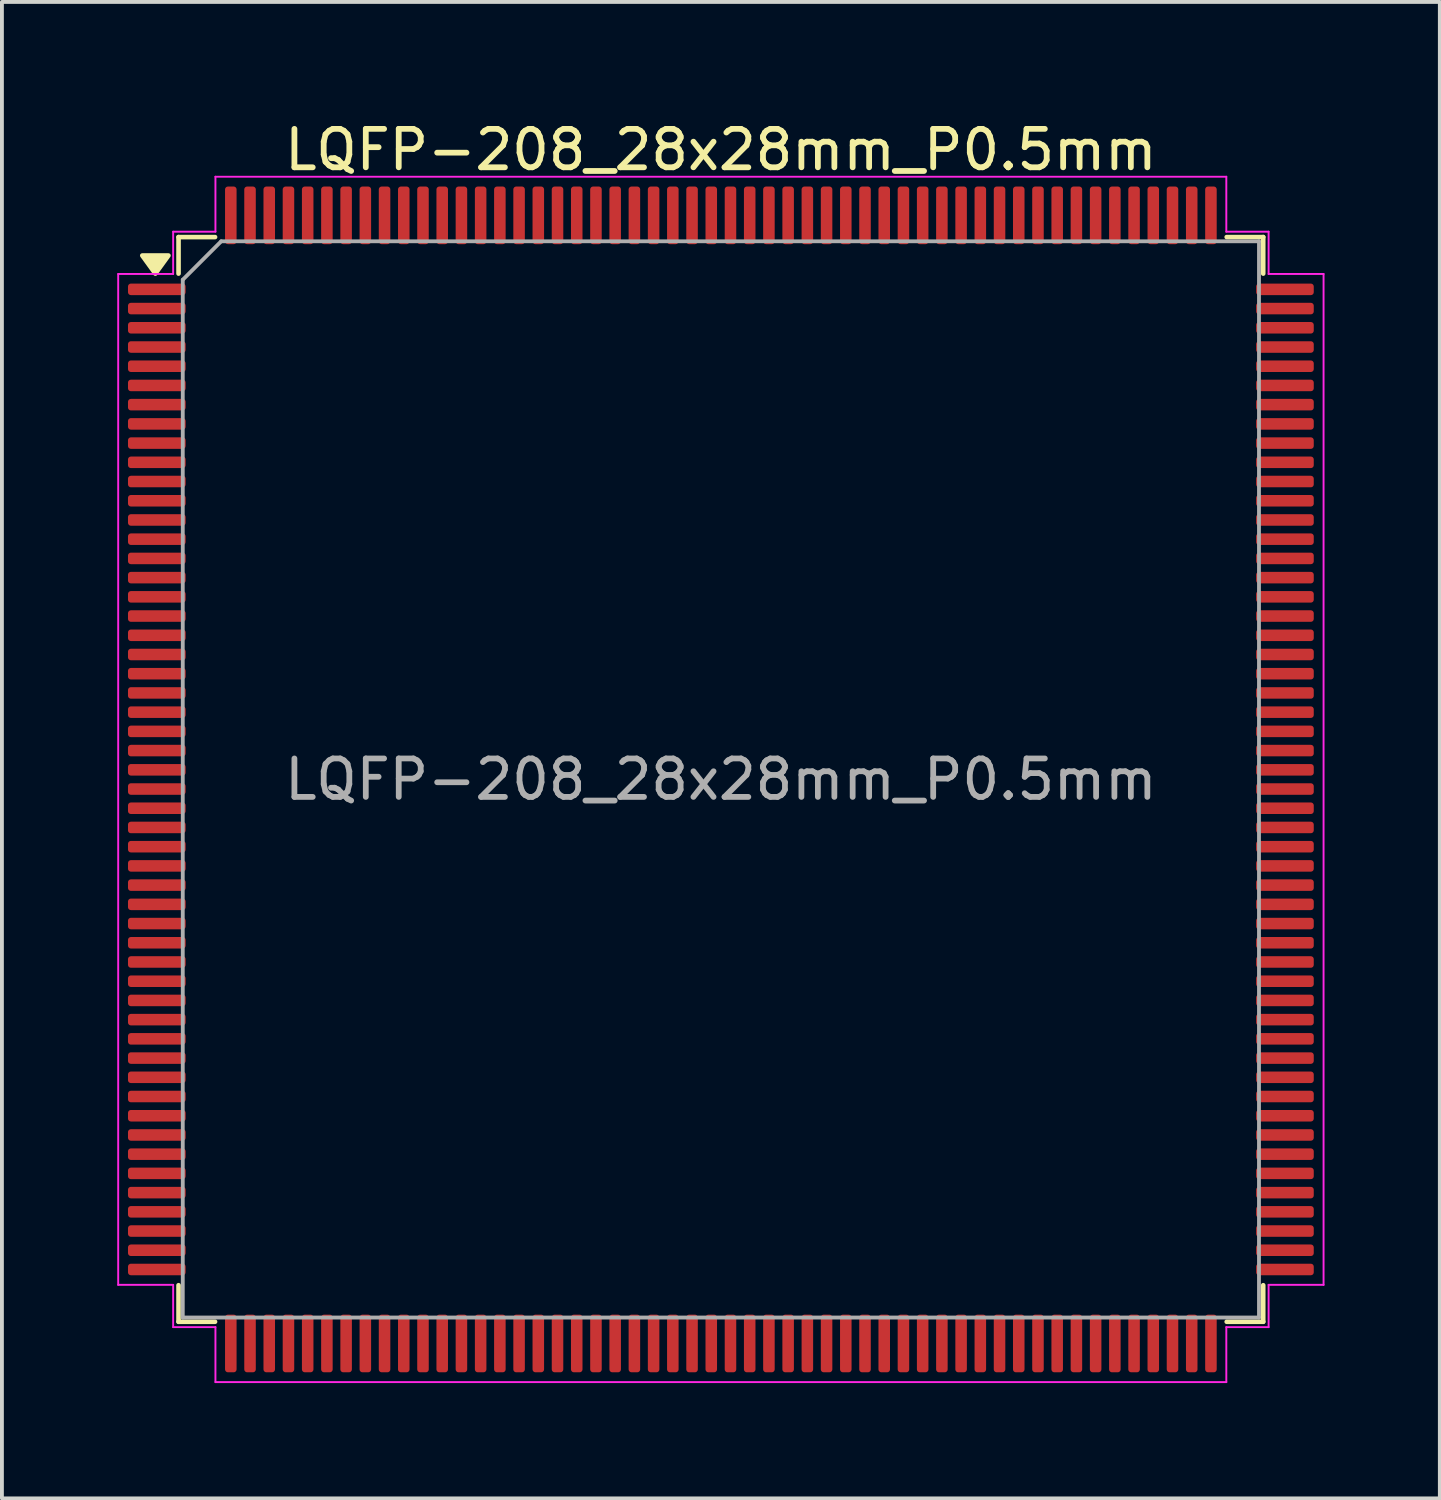
<source format=kicad_pcb>
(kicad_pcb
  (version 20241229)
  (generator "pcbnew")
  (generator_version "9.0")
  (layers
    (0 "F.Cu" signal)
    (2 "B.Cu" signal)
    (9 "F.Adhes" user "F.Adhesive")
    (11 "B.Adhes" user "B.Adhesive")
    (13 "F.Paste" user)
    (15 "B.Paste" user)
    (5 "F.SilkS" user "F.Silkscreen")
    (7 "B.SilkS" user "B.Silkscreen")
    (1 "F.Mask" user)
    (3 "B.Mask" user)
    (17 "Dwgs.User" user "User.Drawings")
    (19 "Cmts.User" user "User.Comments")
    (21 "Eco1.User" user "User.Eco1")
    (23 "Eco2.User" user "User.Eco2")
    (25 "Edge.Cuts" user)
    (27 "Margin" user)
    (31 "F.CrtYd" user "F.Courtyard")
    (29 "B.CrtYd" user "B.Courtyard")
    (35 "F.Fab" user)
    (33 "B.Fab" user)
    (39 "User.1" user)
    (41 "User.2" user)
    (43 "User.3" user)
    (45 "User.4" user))
  (footprint "LQFP-208_28x28mm_P0.5mm"
    (layer "F.Cu")
    (at 15.705 17.228)
    (property "Reference" "LQFP-208_28x28mm_P0.5mm" (at 0 -16.38 0) (layer "F.SilkS") (effects (font (size 1 1) (thickness 0.15))))
    (attr smd)
    (fp_line (start -14.11 -14.11) (end -14.11 -13.16) (stroke (width 0.12) (type solid)) (layer "F.SilkS"))
    (fp_line (start -14.11 14.11) (end -14.11 13.16) (stroke (width 0.12) (type solid)) (layer "F.SilkS"))
    (fp_line (start -13.16 -14.11) (end -14.11 -14.11) (stroke (width 0.12) (type solid)) (layer "F.SilkS"))
    (fp_line (start -13.16 14.11) (end -14.11 14.11) (stroke (width 0.12) (type solid)) (layer "F.SilkS"))
    (fp_line (start 13.16 -14.11) (end 14.11 -14.11) (stroke (width 0.12) (type solid)) (layer "F.SilkS"))
    (fp_line (start 13.16 14.11) (end 14.11 14.11) (stroke (width 0.12) (type solid)) (layer "F.SilkS"))
    (fp_line (start 14.11 -14.11) (end 14.11 -13.16) (stroke (width 0.12) (type solid)) (layer "F.SilkS"))
    (fp_line (start 14.11 14.11) (end 14.11 13.16) (stroke (width 0.12) (type solid)) (layer "F.SilkS"))
    (fp_poly (pts (xy -14.713 -13.16) (xy -15.053 -13.63) (xy -14.373 -13.63)) (stroke (width 0.12) (type solid)) (fill yes) (layer "F.SilkS"))
    (fp_line (start -15.68 -13.15) (end -14.25 -13.15) (stroke (width 0.05) (type solid)) (layer "F.CrtYd"))
    (fp_line (start -15.68 13.15) (end -15.68 -13.15) (stroke (width 0.05) (type solid)) (layer "F.CrtYd"))
    (fp_line (start -14.25 -14.25) (end -13.15 -14.25) (stroke (width 0.05) (type solid)) (layer "F.CrtYd"))
    (fp_line (start -14.25 -13.15) (end -14.25 -14.25) (stroke (width 0.05) (type solid)) (layer "F.CrtYd"))
    (fp_line (start -14.25 13.15) (end -15.68 13.15) (stroke (width 0.05) (type solid)) (layer "F.CrtYd"))
    (fp_line (start -14.25 14.25) (end -14.25 13.15) (stroke (width 0.05) (type solid)) (layer "F.CrtYd"))
    (fp_line (start -13.15 -15.68) (end 13.15 -15.68) (stroke (width 0.05) (type solid)) (layer "F.CrtYd"))
    (fp_line (start -13.15 -14.25) (end -13.15 -15.68) (stroke (width 0.05) (type solid)) (layer "F.CrtYd"))
    (fp_line (start -13.15 14.25) (end -14.25 14.25) (stroke (width 0.05) (type solid)) (layer "F.CrtYd"))
    (fp_line (start -13.15 15.68) (end -13.15 14.25) (stroke (width 0.05) (type solid)) (layer "F.CrtYd"))
    (fp_line (start 13.15 -15.68) (end 13.15 -14.25) (stroke (width 0.05) (type solid)) (layer "F.CrtYd"))
    (fp_line (start 13.15 -14.25) (end 14.25 -14.25) (stroke (width 0.05) (type solid)) (layer "F.CrtYd"))
    (fp_line (start 13.15 14.25) (end 13.15 15.68) (stroke (width 0.05) (type solid)) (layer "F.CrtYd"))
    (fp_line (start 13.15 15.68) (end -13.15 15.68) (stroke (width 0.05) (type solid)) (layer "F.CrtYd"))
    (fp_line (start 14.25 -14.25) (end 14.25 -13.15) (stroke (width 0.05) (type solid)) (layer "F.CrtYd"))
    (fp_line (start 14.25 -13.15) (end 15.68 -13.15) (stroke (width 0.05) (type solid)) (layer "F.CrtYd"))
    (fp_line (start 14.25 13.15) (end 14.25 14.25) (stroke (width 0.05) (type solid)) (layer "F.CrtYd"))
    (fp_line (start 14.25 14.25) (end 13.15 14.25) (stroke (width 0.05) (type solid)) (layer "F.CrtYd"))
    (fp_line (start 15.68 -13.15) (end 15.68 13.15) (stroke (width 0.05) (type solid)) (layer "F.CrtYd"))
    (fp_line (start 15.68 13.15) (end 14.25 13.15) (stroke (width 0.05) (type solid)) (layer "F.CrtYd"))
    (fp_line (start -14 -13) (end -13 -14) (stroke (width 0.1) (type solid)) (layer "F.Fab"))
    (fp_line (start -14 14) (end -14 -13) (stroke (width 0.1) (type solid)) (layer "F.Fab"))
    (fp_line (start -13 -14) (end 14 -14) (stroke (width 0.1) (type solid)) (layer "F.Fab"))
    (fp_line (start 14 -14) (end 14 14) (stroke (width 0.1) (type solid)) (layer "F.Fab"))
    (fp_line (start 14 14) (end -14 14) (stroke (width 0.1) (type solid)) (layer "F.Fab"))
    (fp_text user "${REFERENCE}" (at 0 0 0) (layer "F.Fab") (effects (font (size 1 1) (thickness 0.15))))
    (pad "1" smd roundrect (at -14.675 -12.75) (size 1.5 0.3) (layers "F.Cu" "F.Mask" "F.Paste") (roundrect_rratio 0.25))
    (pad "2" smd roundrect (at -14.675 -12.25) (size 1.5 0.3) (layers "F.Cu" "F.Mask" "F.Paste") (roundrect_rratio 0.25))
    (pad "3" smd roundrect (at -14.675 -11.75) (size 1.5 0.3) (layers "F.Cu" "F.Mask" "F.Paste") (roundrect_rratio 0.25))
    (pad "4" smd roundrect (at -14.675 -11.25) (size 1.5 0.3) (layers "F.Cu" "F.Mask" "F.Paste") (roundrect_rratio 0.25))
    (pad "5" smd roundrect (at -14.675 -10.75) (size 1.5 0.3) (layers "F.Cu" "F.Mask" "F.Paste") (roundrect_rratio 0.25))
    (pad "6" smd roundrect (at -14.675 -10.25) (size 1.5 0.3) (layers "F.Cu" "F.Mask" "F.Paste") (roundrect_rratio 0.25))
    (pad "7" smd roundrect (at -14.675 -9.75) (size 1.5 0.3) (layers "F.Cu" "F.Mask" "F.Paste") (roundrect_rratio 0.25))
    (pad "8" smd roundrect (at -14.675 -9.25) (size 1.5 0.3) (layers "F.Cu" "F.Mask" "F.Paste") (roundrect_rratio 0.25))
    (pad "9" smd roundrect (at -14.675 -8.75) (size 1.5 0.3) (layers "F.Cu" "F.Mask" "F.Paste") (roundrect_rratio 0.25))
    (pad "10" smd roundrect (at -14.675 -8.25) (size 1.5 0.3) (layers "F.Cu" "F.Mask" "F.Paste") (roundrect_rratio 0.25))
    (pad "11" smd roundrect (at -14.675 -7.75) (size 1.5 0.3) (layers "F.Cu" "F.Mask" "F.Paste") (roundrect_rratio 0.25))
    (pad "12" smd roundrect (at -14.675 -7.25) (size 1.5 0.3) (layers "F.Cu" "F.Mask" "F.Paste") (roundrect_rratio 0.25))
    (pad "13" smd roundrect (at -14.675 -6.75) (size 1.5 0.3) (layers "F.Cu" "F.Mask" "F.Paste") (roundrect_rratio 0.25))
    (pad "14" smd roundrect (at -14.675 -6.25) (size 1.5 0.3) (layers "F.Cu" "F.Mask" "F.Paste") (roundrect_rratio 0.25))
    (pad "15" smd roundrect (at -14.675 -5.75) (size 1.5 0.3) (layers "F.Cu" "F.Mask" "F.Paste") (roundrect_rratio 0.25))
    (pad "16" smd roundrect (at -14.675 -5.25) (size 1.5 0.3) (layers "F.Cu" "F.Mask" "F.Paste") (roundrect_rratio 0.25))
    (pad "17" smd roundrect (at -14.675 -4.75) (size 1.5 0.3) (layers "F.Cu" "F.Mask" "F.Paste") (roundrect_rratio 0.25))
    (pad "18" smd roundrect (at -14.675 -4.25) (size 1.5 0.3) (layers "F.Cu" "F.Mask" "F.Paste") (roundrect_rratio 0.25))
    (pad "19" smd roundrect (at -14.675 -3.75) (size 1.5 0.3) (layers "F.Cu" "F.Mask" "F.Paste") (roundrect_rratio 0.25))
    (pad "20" smd roundrect (at -14.675 -3.25) (size 1.5 0.3) (layers "F.Cu" "F.Mask" "F.Paste") (roundrect_rratio 0.25))
    (pad "21" smd roundrect (at -14.675 -2.75) (size 1.5 0.3) (layers "F.Cu" "F.Mask" "F.Paste") (roundrect_rratio 0.25))
    (pad "22" smd roundrect (at -14.675 -2.25) (size 1.5 0.3) (layers "F.Cu" "F.Mask" "F.Paste") (roundrect_rratio 0.25))
    (pad "23" smd roundrect (at -14.675 -1.75) (size 1.5 0.3) (layers "F.Cu" "F.Mask" "F.Paste") (roundrect_rratio 0.25))
    (pad "24" smd roundrect (at -14.675 -1.25) (size 1.5 0.3) (layers "F.Cu" "F.Mask" "F.Paste") (roundrect_rratio 0.25))
    (pad "25" smd roundrect (at -14.675 -0.75) (size 1.5 0.3) (layers "F.Cu" "F.Mask" "F.Paste") (roundrect_rratio 0.25))
    (pad "26" smd roundrect (at -14.675 -0.25) (size 1.5 0.3) (layers "F.Cu" "F.Mask" "F.Paste") (roundrect_rratio 0.25))
    (pad "27" smd roundrect (at -14.675 0.25) (size 1.5 0.3) (layers "F.Cu" "F.Mask" "F.Paste") (roundrect_rratio 0.25))
    (pad "28" smd roundrect (at -14.675 0.75) (size 1.5 0.3) (layers "F.Cu" "F.Mask" "F.Paste") (roundrect_rratio 0.25))
    (pad "29" smd roundrect (at -14.675 1.25) (size 1.5 0.3) (layers "F.Cu" "F.Mask" "F.Paste") (roundrect_rratio 0.25))
    (pad "30" smd roundrect (at -14.675 1.75) (size 1.5 0.3) (layers "F.Cu" "F.Mask" "F.Paste") (roundrect_rratio 0.25))
    (pad "31" smd roundrect (at -14.675 2.25) (size 1.5 0.3) (layers "F.Cu" "F.Mask" "F.Paste") (roundrect_rratio 0.25))
    (pad "32" smd roundrect (at -14.675 2.75) (size 1.5 0.3) (layers "F.Cu" "F.Mask" "F.Paste") (roundrect_rratio 0.25))
    (pad "33" smd roundrect (at -14.675 3.25) (size 1.5 0.3) (layers "F.Cu" "F.Mask" "F.Paste") (roundrect_rratio 0.25))
    (pad "34" smd roundrect (at -14.675 3.75) (size 1.5 0.3) (layers "F.Cu" "F.Mask" "F.Paste") (roundrect_rratio 0.25))
    (pad "35" smd roundrect (at -14.675 4.25) (size 1.5 0.3) (layers "F.Cu" "F.Mask" "F.Paste") (roundrect_rratio 0.25))
    (pad "36" smd roundrect (at -14.675 4.75) (size 1.5 0.3) (layers "F.Cu" "F.Mask" "F.Paste") (roundrect_rratio 0.25))
    (pad "37" smd roundrect (at -14.675 5.25) (size 1.5 0.3) (layers "F.Cu" "F.Mask" "F.Paste") (roundrect_rratio 0.25))
    (pad "38" smd roundrect (at -14.675 5.75) (size 1.5 0.3) (layers "F.Cu" "F.Mask" "F.Paste") (roundrect_rratio 0.25))
    (pad "39" smd roundrect (at -14.675 6.25) (size 1.5 0.3) (layers "F.Cu" "F.Mask" "F.Paste") (roundrect_rratio 0.25))
    (pad "40" smd roundrect (at -14.675 6.75) (size 1.5 0.3) (layers "F.Cu" "F.Mask" "F.Paste") (roundrect_rratio 0.25))
    (pad "41" smd roundrect (at -14.675 7.25) (size 1.5 0.3) (layers "F.Cu" "F.Mask" "F.Paste") (roundrect_rratio 0.25))
    (pad "42" smd roundrect (at -14.675 7.75) (size 1.5 0.3) (layers "F.Cu" "F.Mask" "F.Paste") (roundrect_rratio 0.25))
    (pad "43" smd roundrect (at -14.675 8.25) (size 1.5 0.3) (layers "F.Cu" "F.Mask" "F.Paste") (roundrect_rratio 0.25))
    (pad "44" smd roundrect (at -14.675 8.75) (size 1.5 0.3) (layers "F.Cu" "F.Mask" "F.Paste") (roundrect_rratio 0.25))
    (pad "45" smd roundrect (at -14.675 9.25) (size 1.5 0.3) (layers "F.Cu" "F.Mask" "F.Paste") (roundrect_rratio 0.25))
    (pad "46" smd roundrect (at -14.675 9.75) (size 1.5 0.3) (layers "F.Cu" "F.Mask" "F.Paste") (roundrect_rratio 0.25))
    (pad "47" smd roundrect (at -14.675 10.25) (size 1.5 0.3) (layers "F.Cu" "F.Mask" "F.Paste") (roundrect_rratio 0.25))
    (pad "48" smd roundrect (at -14.675 10.75) (size 1.5 0.3) (layers "F.Cu" "F.Mask" "F.Paste") (roundrect_rratio 0.25))
    (pad "49" smd roundrect (at -14.675 11.25) (size 1.5 0.3) (layers "F.Cu" "F.Mask" "F.Paste") (roundrect_rratio 0.25))
    (pad "50" smd roundrect (at -14.675 11.75) (size 1.5 0.3) (layers "F.Cu" "F.Mask" "F.Paste") (roundrect_rratio 0.25))
    (pad "51" smd roundrect (at -14.675 12.25) (size 1.5 0.3) (layers "F.Cu" "F.Mask" "F.Paste") (roundrect_rratio 0.25))
    (pad "52" smd roundrect (at -14.675 12.75) (size 1.5 0.3) (layers "F.Cu" "F.Mask" "F.Paste") (roundrect_rratio 0.25))
    (pad "53" smd roundrect (at -12.75 14.675) (size 0.3 1.5) (layers "F.Cu" "F.Mask" "F.Paste") (roundrect_rratio 0.25))
    (pad "54" smd roundrect (at -12.25 14.675) (size 0.3 1.5) (layers "F.Cu" "F.Mask" "F.Paste") (roundrect_rratio 0.25))
    (pad "55" smd roundrect (at -11.75 14.675) (size 0.3 1.5) (layers "F.Cu" "F.Mask" "F.Paste") (roundrect_rratio 0.25))
    (pad "56" smd roundrect (at -11.25 14.675) (size 0.3 1.5) (layers "F.Cu" "F.Mask" "F.Paste") (roundrect_rratio 0.25))
    (pad "57" smd roundrect (at -10.75 14.675) (size 0.3 1.5) (layers "F.Cu" "F.Mask" "F.Paste") (roundrect_rratio 0.25))
    (pad "58" smd roundrect (at -10.25 14.675) (size 0.3 1.5) (layers "F.Cu" "F.Mask" "F.Paste") (roundrect_rratio 0.25))
    (pad "59" smd roundrect (at -9.75 14.675) (size 0.3 1.5) (layers "F.Cu" "F.Mask" "F.Paste") (roundrect_rratio 0.25))
    (pad "60" smd roundrect (at -9.25 14.675) (size 0.3 1.5) (layers "F.Cu" "F.Mask" "F.Paste") (roundrect_rratio 0.25))
    (pad "61" smd roundrect (at -8.75 14.675) (size 0.3 1.5) (layers "F.Cu" "F.Mask" "F.Paste") (roundrect_rratio 0.25))
    (pad "62" smd roundrect (at -8.25 14.675) (size 0.3 1.5) (layers "F.Cu" "F.Mask" "F.Paste") (roundrect_rratio 0.25))
    (pad "63" smd roundrect (at -7.75 14.675) (size 0.3 1.5) (layers "F.Cu" "F.Mask" "F.Paste") (roundrect_rratio 0.25))
    (pad "64" smd roundrect (at -7.25 14.675) (size 0.3 1.5) (layers "F.Cu" "F.Mask" "F.Paste") (roundrect_rratio 0.25))
    (pad "65" smd roundrect (at -6.75 14.675) (size 0.3 1.5) (layers "F.Cu" "F.Mask" "F.Paste") (roundrect_rratio 0.25))
    (pad "66" smd roundrect (at -6.25 14.675) (size 0.3 1.5) (layers "F.Cu" "F.Mask" "F.Paste") (roundrect_rratio 0.25))
    (pad "67" smd roundrect (at -5.75 14.675) (size 0.3 1.5) (layers "F.Cu" "F.Mask" "F.Paste") (roundrect_rratio 0.25))
    (pad "68" smd roundrect (at -5.25 14.675) (size 0.3 1.5) (layers "F.Cu" "F.Mask" "F.Paste") (roundrect_rratio 0.25))
    (pad "69" smd roundrect (at -4.75 14.675) (size 0.3 1.5) (layers "F.Cu" "F.Mask" "F.Paste") (roundrect_rratio 0.25))
    (pad "70" smd roundrect (at -4.25 14.675) (size 0.3 1.5) (layers "F.Cu" "F.Mask" "F.Paste") (roundrect_rratio 0.25))
    (pad "71" smd roundrect (at -3.75 14.675) (size 0.3 1.5) (layers "F.Cu" "F.Mask" "F.Paste") (roundrect_rratio 0.25))
    (pad "72" smd roundrect (at -3.25 14.675) (size 0.3 1.5) (layers "F.Cu" "F.Mask" "F.Paste") (roundrect_rratio 0.25))
    (pad "73" smd roundrect (at -2.75 14.675) (size 0.3 1.5) (layers "F.Cu" "F.Mask" "F.Paste") (roundrect_rratio 0.25))
    (pad "74" smd roundrect (at -2.25 14.675) (size 0.3 1.5) (layers "F.Cu" "F.Mask" "F.Paste") (roundrect_rratio 0.25))
    (pad "75" smd roundrect (at -1.75 14.675) (size 0.3 1.5) (layers "F.Cu" "F.Mask" "F.Paste") (roundrect_rratio 0.25))
    (pad "76" smd roundrect (at -1.25 14.675) (size 0.3 1.5) (layers "F.Cu" "F.Mask" "F.Paste") (roundrect_rratio 0.25))
    (pad "77" smd roundrect (at -0.75 14.675) (size 0.3 1.5) (layers "F.Cu" "F.Mask" "F.Paste") (roundrect_rratio 0.25))
    (pad "78" smd roundrect (at -0.25 14.675) (size 0.3 1.5) (layers "F.Cu" "F.Mask" "F.Paste") (roundrect_rratio 0.25))
    (pad "79" smd roundrect (at 0.25 14.675) (size 0.3 1.5) (layers "F.Cu" "F.Mask" "F.Paste") (roundrect_rratio 0.25))
    (pad "80" smd roundrect (at 0.75 14.675) (size 0.3 1.5) (layers "F.Cu" "F.Mask" "F.Paste") (roundrect_rratio 0.25))
    (pad "81" smd roundrect (at 1.25 14.675) (size 0.3 1.5) (layers "F.Cu" "F.Mask" "F.Paste") (roundrect_rratio 0.25))
    (pad "82" smd roundrect (at 1.75 14.675) (size 0.3 1.5) (layers "F.Cu" "F.Mask" "F.Paste") (roundrect_rratio 0.25))
    (pad "83" smd roundrect (at 2.25 14.675) (size 0.3 1.5) (layers "F.Cu" "F.Mask" "F.Paste") (roundrect_rratio 0.25))
    (pad "84" smd roundrect (at 2.75 14.675) (size 0.3 1.5) (layers "F.Cu" "F.Mask" "F.Paste") (roundrect_rratio 0.25))
    (pad "85" smd roundrect (at 3.25 14.675) (size 0.3 1.5) (layers "F.Cu" "F.Mask" "F.Paste") (roundrect_rratio 0.25))
    (pad "86" smd roundrect (at 3.75 14.675) (size 0.3 1.5) (layers "F.Cu" "F.Mask" "F.Paste") (roundrect_rratio 0.25))
    (pad "87" smd roundrect (at 4.25 14.675) (size 0.3 1.5) (layers "F.Cu" "F.Mask" "F.Paste") (roundrect_rratio 0.25))
    (pad "88" smd roundrect (at 4.75 14.675) (size 0.3 1.5) (layers "F.Cu" "F.Mask" "F.Paste") (roundrect_rratio 0.25))
    (pad "89" smd roundrect (at 5.25 14.675) (size 0.3 1.5) (layers "F.Cu" "F.Mask" "F.Paste") (roundrect_rratio 0.25))
    (pad "90" smd roundrect (at 5.75 14.675) (size 0.3 1.5) (layers "F.Cu" "F.Mask" "F.Paste") (roundrect_rratio 0.25))
    (pad "91" smd roundrect (at 6.25 14.675) (size 0.3 1.5) (layers "F.Cu" "F.Mask" "F.Paste") (roundrect_rratio 0.25))
    (pad "92" smd roundrect (at 6.75 14.675) (size 0.3 1.5) (layers "F.Cu" "F.Mask" "F.Paste") (roundrect_rratio 0.25))
    (pad "93" smd roundrect (at 7.25 14.675) (size 0.3 1.5) (layers "F.Cu" "F.Mask" "F.Paste") (roundrect_rratio 0.25))
    (pad "94" smd roundrect (at 7.75 14.675) (size 0.3 1.5) (layers "F.Cu" "F.Mask" "F.Paste") (roundrect_rratio 0.25))
    (pad "95" smd roundrect (at 8.25 14.675) (size 0.3 1.5) (layers "F.Cu" "F.Mask" "F.Paste") (roundrect_rratio 0.25))
    (pad "96" smd roundrect (at 8.75 14.675) (size 0.3 1.5) (layers "F.Cu" "F.Mask" "F.Paste") (roundrect_rratio 0.25))
    (pad "97" smd roundrect (at 9.25 14.675) (size 0.3 1.5) (layers "F.Cu" "F.Mask" "F.Paste") (roundrect_rratio 0.25))
    (pad "98" smd roundrect (at 9.75 14.675) (size 0.3 1.5) (layers "F.Cu" "F.Mask" "F.Paste") (roundrect_rratio 0.25))
    (pad "99" smd roundrect (at 10.25 14.675) (size 0.3 1.5) (layers "F.Cu" "F.Mask" "F.Paste") (roundrect_rratio 0.25))
    (pad "100" smd roundrect (at 10.75 14.675) (size 0.3 1.5) (layers "F.Cu" "F.Mask" "F.Paste") (roundrect_rratio 0.25))
    (pad "101" smd roundrect (at 11.25 14.675) (size 0.3 1.5) (layers "F.Cu" "F.Mask" "F.Paste") (roundrect_rratio 0.25))
    (pad "102" smd roundrect (at 11.75 14.675) (size 0.3 1.5) (layers "F.Cu" "F.Mask" "F.Paste") (roundrect_rratio 0.25))
    (pad "103" smd roundrect (at 12.25 14.675) (size 0.3 1.5) (layers "F.Cu" "F.Mask" "F.Paste") (roundrect_rratio 0.25))
    (pad "104" smd roundrect (at 12.75 14.675) (size 0.3 1.5) (layers "F.Cu" "F.Mask" "F.Paste") (roundrect_rratio 0.25))
    (pad "105" smd roundrect (at 14.675 12.75) (size 1.5 0.3) (layers "F.Cu" "F.Mask" "F.Paste") (roundrect_rratio 0.25))
    (pad "106" smd roundrect (at 14.675 12.25) (size 1.5 0.3) (layers "F.Cu" "F.Mask" "F.Paste") (roundrect_rratio 0.25))
    (pad "107" smd roundrect (at 14.675 11.75) (size 1.5 0.3) (layers "F.Cu" "F.Mask" "F.Paste") (roundrect_rratio 0.25))
    (pad "108" smd roundrect (at 14.675 11.25) (size 1.5 0.3) (layers "F.Cu" "F.Mask" "F.Paste") (roundrect_rratio 0.25))
    (pad "109" smd roundrect (at 14.675 10.75) (size 1.5 0.3) (layers "F.Cu" "F.Mask" "F.Paste") (roundrect_rratio 0.25))
    (pad "110" smd roundrect (at 14.675 10.25) (size 1.5 0.3) (layers "F.Cu" "F.Mask" "F.Paste") (roundrect_rratio 0.25))
    (pad "111" smd roundrect (at 14.675 9.75) (size 1.5 0.3) (layers "F.Cu" "F.Mask" "F.Paste") (roundrect_rratio 0.25))
    (pad "112" smd roundrect (at 14.675 9.25) (size 1.5 0.3) (layers "F.Cu" "F.Mask" "F.Paste") (roundrect_rratio 0.25))
    (pad "113" smd roundrect (at 14.675 8.75) (size 1.5 0.3) (layers "F.Cu" "F.Mask" "F.Paste") (roundrect_rratio 0.25))
    (pad "114" smd roundrect (at 14.675 8.25) (size 1.5 0.3) (layers "F.Cu" "F.Mask" "F.Paste") (roundrect_rratio 0.25))
    (pad "115" smd roundrect (at 14.675 7.75) (size 1.5 0.3) (layers "F.Cu" "F.Mask" "F.Paste") (roundrect_rratio 0.25))
    (pad "116" smd roundrect (at 14.675 7.25) (size 1.5 0.3) (layers "F.Cu" "F.Mask" "F.Paste") (roundrect_rratio 0.25))
    (pad "117" smd roundrect (at 14.675 6.75) (size 1.5 0.3) (layers "F.Cu" "F.Mask" "F.Paste") (roundrect_rratio 0.25))
    (pad "118" smd roundrect (at 14.675 6.25) (size 1.5 0.3) (layers "F.Cu" "F.Mask" "F.Paste") (roundrect_rratio 0.25))
    (pad "119" smd roundrect (at 14.675 5.75) (size 1.5 0.3) (layers "F.Cu" "F.Mask" "F.Paste") (roundrect_rratio 0.25))
    (pad "120" smd roundrect (at 14.675 5.25) (size 1.5 0.3) (layers "F.Cu" "F.Mask" "F.Paste") (roundrect_rratio 0.25))
    (pad "121" smd roundrect (at 14.675 4.75) (size 1.5 0.3) (layers "F.Cu" "F.Mask" "F.Paste") (roundrect_rratio 0.25))
    (pad "122" smd roundrect (at 14.675 4.25) (size 1.5 0.3) (layers "F.Cu" "F.Mask" "F.Paste") (roundrect_rratio 0.25))
    (pad "123" smd roundrect (at 14.675 3.75) (size 1.5 0.3) (layers "F.Cu" "F.Mask" "F.Paste") (roundrect_rratio 0.25))
    (pad "124" smd roundrect (at 14.675 3.25) (size 1.5 0.3) (layers "F.Cu" "F.Mask" "F.Paste") (roundrect_rratio 0.25))
    (pad "125" smd roundrect (at 14.675 2.75) (size 1.5 0.3) (layers "F.Cu" "F.Mask" "F.Paste") (roundrect_rratio 0.25))
    (pad "126" smd roundrect (at 14.675 2.25) (size 1.5 0.3) (layers "F.Cu" "F.Mask" "F.Paste") (roundrect_rratio 0.25))
    (pad "127" smd roundrect (at 14.675 1.75) (size 1.5 0.3) (layers "F.Cu" "F.Mask" "F.Paste") (roundrect_rratio 0.25))
    (pad "128" smd roundrect (at 14.675 1.25) (size 1.5 0.3) (layers "F.Cu" "F.Mask" "F.Paste") (roundrect_rratio 0.25))
    (pad "129" smd roundrect (at 14.675 0.75) (size 1.5 0.3) (layers "F.Cu" "F.Mask" "F.Paste") (roundrect_rratio 0.25))
    (pad "130" smd roundrect (at 14.675 0.25) (size 1.5 0.3) (layers "F.Cu" "F.Mask" "F.Paste") (roundrect_rratio 0.25))
    (pad "131" smd roundrect (at 14.675 -0.25) (size 1.5 0.3) (layers "F.Cu" "F.Mask" "F.Paste") (roundrect_rratio 0.25))
    (pad "132" smd roundrect (at 14.675 -0.75) (size 1.5 0.3) (layers "F.Cu" "F.Mask" "F.Paste") (roundrect_rratio 0.25))
    (pad "133" smd roundrect (at 14.675 -1.25) (size 1.5 0.3) (layers "F.Cu" "F.Mask" "F.Paste") (roundrect_rratio 0.25))
    (pad "134" smd roundrect (at 14.675 -1.75) (size 1.5 0.3) (layers "F.Cu" "F.Mask" "F.Paste") (roundrect_rratio 0.25))
    (pad "135" smd roundrect (at 14.675 -2.25) (size 1.5 0.3) (layers "F.Cu" "F.Mask" "F.Paste") (roundrect_rratio 0.25))
    (pad "136" smd roundrect (at 14.675 -2.75) (size 1.5 0.3) (layers "F.Cu" "F.Mask" "F.Paste") (roundrect_rratio 0.25))
    (pad "137" smd roundrect (at 14.675 -3.25) (size 1.5 0.3) (layers "F.Cu" "F.Mask" "F.Paste") (roundrect_rratio 0.25))
    (pad "138" smd roundrect (at 14.675 -3.75) (size 1.5 0.3) (layers "F.Cu" "F.Mask" "F.Paste") (roundrect_rratio 0.25))
    (pad "139" smd roundrect (at 14.675 -4.25) (size 1.5 0.3) (layers "F.Cu" "F.Mask" "F.Paste") (roundrect_rratio 0.25))
    (pad "140" smd roundrect (at 14.675 -4.75) (size 1.5 0.3) (layers "F.Cu" "F.Mask" "F.Paste") (roundrect_rratio 0.25))
    (pad "141" smd roundrect (at 14.675 -5.25) (size 1.5 0.3) (layers "F.Cu" "F.Mask" "F.Paste") (roundrect_rratio 0.25))
    (pad "142" smd roundrect (at 14.675 -5.75) (size 1.5 0.3) (layers "F.Cu" "F.Mask" "F.Paste") (roundrect_rratio 0.25))
    (pad "143" smd roundrect (at 14.675 -6.25) (size 1.5 0.3) (layers "F.Cu" "F.Mask" "F.Paste") (roundrect_rratio 0.25))
    (pad "144" smd roundrect (at 14.675 -6.75) (size 1.5 0.3) (layers "F.Cu" "F.Mask" "F.Paste") (roundrect_rratio 0.25))
    (pad "145" smd roundrect (at 14.675 -7.25) (size 1.5 0.3) (layers "F.Cu" "F.Mask" "F.Paste") (roundrect_rratio 0.25))
    (pad "146" smd roundrect (at 14.675 -7.75) (size 1.5 0.3) (layers "F.Cu" "F.Mask" "F.Paste") (roundrect_rratio 0.25))
    (pad "147" smd roundrect (at 14.675 -8.25) (size 1.5 0.3) (layers "F.Cu" "F.Mask" "F.Paste") (roundrect_rratio 0.25))
    (pad "148" smd roundrect (at 14.675 -8.75) (size 1.5 0.3) (layers "F.Cu" "F.Mask" "F.Paste") (roundrect_rratio 0.25))
    (pad "149" smd roundrect (at 14.675 -9.25) (size 1.5 0.3) (layers "F.Cu" "F.Mask" "F.Paste") (roundrect_rratio 0.25))
    (pad "150" smd roundrect (at 14.675 -9.75) (size 1.5 0.3) (layers "F.Cu" "F.Mask" "F.Paste") (roundrect_rratio 0.25))
    (pad "151" smd roundrect (at 14.675 -10.25) (size 1.5 0.3) (layers "F.Cu" "F.Mask" "F.Paste") (roundrect_rratio 0.25))
    (pad "152" smd roundrect (at 14.675 -10.75) (size 1.5 0.3) (layers "F.Cu" "F.Mask" "F.Paste") (roundrect_rratio 0.25))
    (pad "153" smd roundrect (at 14.675 -11.25) (size 1.5 0.3) (layers "F.Cu" "F.Mask" "F.Paste") (roundrect_rratio 0.25))
    (pad "154" smd roundrect (at 14.675 -11.75) (size 1.5 0.3) (layers "F.Cu" "F.Mask" "F.Paste") (roundrect_rratio 0.25))
    (pad "155" smd roundrect (at 14.675 -12.25) (size 1.5 0.3) (layers "F.Cu" "F.Mask" "F.Paste") (roundrect_rratio 0.25))
    (pad "156" smd roundrect (at 14.675 -12.75) (size 1.5 0.3) (layers "F.Cu" "F.Mask" "F.Paste") (roundrect_rratio 0.25))
    (pad "157" smd roundrect (at 12.75 -14.675) (size 0.3 1.5) (layers "F.Cu" "F.Mask" "F.Paste") (roundrect_rratio 0.25))
    (pad "158" smd roundrect (at 12.25 -14.675) (size 0.3 1.5) (layers "F.Cu" "F.Mask" "F.Paste") (roundrect_rratio 0.25))
    (pad "159" smd roundrect (at 11.75 -14.675) (size 0.3 1.5) (layers "F.Cu" "F.Mask" "F.Paste") (roundrect_rratio 0.25))
    (pad "160" smd roundrect (at 11.25 -14.675) (size 0.3 1.5) (layers "F.Cu" "F.Mask" "F.Paste") (roundrect_rratio 0.25))
    (pad "161" smd roundrect (at 10.75 -14.675) (size 0.3 1.5) (layers "F.Cu" "F.Mask" "F.Paste") (roundrect_rratio 0.25))
    (pad "162" smd roundrect (at 10.25 -14.675) (size 0.3 1.5) (layers "F.Cu" "F.Mask" "F.Paste") (roundrect_rratio 0.25))
    (pad "163" smd roundrect (at 9.75 -14.675) (size 0.3 1.5) (layers "F.Cu" "F.Mask" "F.Paste") (roundrect_rratio 0.25))
    (pad "164" smd roundrect (at 9.25 -14.675) (size 0.3 1.5) (layers "F.Cu" "F.Mask" "F.Paste") (roundrect_rratio 0.25))
    (pad "165" smd roundrect (at 8.75 -14.675) (size 0.3 1.5) (layers "F.Cu" "F.Mask" "F.Paste") (roundrect_rratio 0.25))
    (pad "166" smd roundrect (at 8.25 -14.675) (size 0.3 1.5) (layers "F.Cu" "F.Mask" "F.Paste") (roundrect_rratio 0.25))
    (pad "167" smd roundrect (at 7.75 -14.675) (size 0.3 1.5) (layers "F.Cu" "F.Mask" "F.Paste") (roundrect_rratio 0.25))
    (pad "168" smd roundrect (at 7.25 -14.675) (size 0.3 1.5) (layers "F.Cu" "F.Mask" "F.Paste") (roundrect_rratio 0.25))
    (pad "169" smd roundrect (at 6.75 -14.675) (size 0.3 1.5) (layers "F.Cu" "F.Mask" "F.Paste") (roundrect_rratio 0.25))
    (pad "170" smd roundrect (at 6.25 -14.675) (size 0.3 1.5) (layers "F.Cu" "F.Mask" "F.Paste") (roundrect_rratio 0.25))
    (pad "171" smd roundrect (at 5.75 -14.675) (size 0.3 1.5) (layers "F.Cu" "F.Mask" "F.Paste") (roundrect_rratio 0.25))
    (pad "172" smd roundrect (at 5.25 -14.675) (size 0.3 1.5) (layers "F.Cu" "F.Mask" "F.Paste") (roundrect_rratio 0.25))
    (pad "173" smd roundrect (at 4.75 -14.675) (size 0.3 1.5) (layers "F.Cu" "F.Mask" "F.Paste") (roundrect_rratio 0.25))
    (pad "174" smd roundrect (at 4.25 -14.675) (size 0.3 1.5) (layers "F.Cu" "F.Mask" "F.Paste") (roundrect_rratio 0.25))
    (pad "175" smd roundrect (at 3.75 -14.675) (size 0.3 1.5) (layers "F.Cu" "F.Mask" "F.Paste") (roundrect_rratio 0.25))
    (pad "176" smd roundrect (at 3.25 -14.675) (size 0.3 1.5) (layers "F.Cu" "F.Mask" "F.Paste") (roundrect_rratio 0.25))
    (pad "177" smd roundrect (at 2.75 -14.675) (size 0.3 1.5) (layers "F.Cu" "F.Mask" "F.Paste") (roundrect_rratio 0.25))
    (pad "178" smd roundrect (at 2.25 -14.675) (size 0.3 1.5) (layers "F.Cu" "F.Mask" "F.Paste") (roundrect_rratio 0.25))
    (pad "179" smd roundrect (at 1.75 -14.675) (size 0.3 1.5) (layers "F.Cu" "F.Mask" "F.Paste") (roundrect_rratio 0.25))
    (pad "180" smd roundrect (at 1.25 -14.675) (size 0.3 1.5) (layers "F.Cu" "F.Mask" "F.Paste") (roundrect_rratio 0.25))
    (pad "181" smd roundrect (at 0.75 -14.675) (size 0.3 1.5) (layers "F.Cu" "F.Mask" "F.Paste") (roundrect_rratio 0.25))
    (pad "182" smd roundrect (at 0.25 -14.675) (size 0.3 1.5) (layers "F.Cu" "F.Mask" "F.Paste") (roundrect_rratio 0.25))
    (pad "183" smd roundrect (at -0.25 -14.675) (size 0.3 1.5) (layers "F.Cu" "F.Mask" "F.Paste") (roundrect_rratio 0.25))
    (pad "184" smd roundrect (at -0.75 -14.675) (size 0.3 1.5) (layers "F.Cu" "F.Mask" "F.Paste") (roundrect_rratio 0.25))
    (pad "185" smd roundrect (at -1.25 -14.675) (size 0.3 1.5) (layers "F.Cu" "F.Mask" "F.Paste") (roundrect_rratio 0.25))
    (pad "186" smd roundrect (at -1.75 -14.675) (size 0.3 1.5) (layers "F.Cu" "F.Mask" "F.Paste") (roundrect_rratio 0.25))
    (pad "187" smd roundrect (at -2.25 -14.675) (size 0.3 1.5) (layers "F.Cu" "F.Mask" "F.Paste") (roundrect_rratio 0.25))
    (pad "188" smd roundrect (at -2.75 -14.675) (size 0.3 1.5) (layers "F.Cu" "F.Mask" "F.Paste") (roundrect_rratio 0.25))
    (pad "189" smd roundrect (at -3.25 -14.675) (size 0.3 1.5) (layers "F.Cu" "F.Mask" "F.Paste") (roundrect_rratio 0.25))
    (pad "190" smd roundrect (at -3.75 -14.675) (size 0.3 1.5) (layers "F.Cu" "F.Mask" "F.Paste") (roundrect_rratio 0.25))
    (pad "191" smd roundrect (at -4.25 -14.675) (size 0.3 1.5) (layers "F.Cu" "F.Mask" "F.Paste") (roundrect_rratio 0.25))
    (pad "192" smd roundrect (at -4.75 -14.675) (size 0.3 1.5) (layers "F.Cu" "F.Mask" "F.Paste") (roundrect_rratio 0.25))
    (pad "193" smd roundrect (at -5.25 -14.675) (size 0.3 1.5) (layers "F.Cu" "F.Mask" "F.Paste") (roundrect_rratio 0.25))
    (pad "194" smd roundrect (at -5.75 -14.675) (size 0.3 1.5) (layers "F.Cu" "F.Mask" "F.Paste") (roundrect_rratio 0.25))
    (pad "195" smd roundrect (at -6.25 -14.675) (size 0.3 1.5) (layers "F.Cu" "F.Mask" "F.Paste") (roundrect_rratio 0.25))
    (pad "196" smd roundrect (at -6.75 -14.675) (size 0.3 1.5) (layers "F.Cu" "F.Mask" "F.Paste") (roundrect_rratio 0.25))
    (pad "197" smd roundrect (at -7.25 -14.675) (size 0.3 1.5) (layers "F.Cu" "F.Mask" "F.Paste") (roundrect_rratio 0.25))
    (pad "198" smd roundrect (at -7.75 -14.675) (size 0.3 1.5) (layers "F.Cu" "F.Mask" "F.Paste") (roundrect_rratio 0.25))
    (pad "199" smd roundrect (at -8.25 -14.675) (size 0.3 1.5) (layers "F.Cu" "F.Mask" "F.Paste") (roundrect_rratio 0.25))
    (pad "200" smd roundrect (at -8.75 -14.675) (size 0.3 1.5) (layers "F.Cu" "F.Mask" "F.Paste") (roundrect_rratio 0.25))
    (pad "201" smd roundrect (at -9.25 -14.675) (size 0.3 1.5) (layers "F.Cu" "F.Mask" "F.Paste") (roundrect_rratio 0.25))
    (pad "202" smd roundrect (at -9.75 -14.675) (size 0.3 1.5) (layers "F.Cu" "F.Mask" "F.Paste") (roundrect_rratio 0.25))
    (pad "203" smd roundrect (at -10.25 -14.675) (size 0.3 1.5) (layers "F.Cu" "F.Mask" "F.Paste") (roundrect_rratio 0.25))
    (pad "204" smd roundrect (at -10.75 -14.675) (size 0.3 1.5) (layers "F.Cu" "F.Mask" "F.Paste") (roundrect_rratio 0.25))
    (pad "205" smd roundrect (at -11.25 -14.675) (size 0.3 1.5) (layers "F.Cu" "F.Mask" "F.Paste") (roundrect_rratio 0.25))
    (pad "206" smd roundrect (at -11.75 -14.675) (size 0.3 1.5) (layers "F.Cu" "F.Mask" "F.Paste") (roundrect_rratio 0.25))
    (pad "207" smd roundrect (at -12.25 -14.675) (size 0.3 1.5) (layers "F.Cu" "F.Mask" "F.Paste") (roundrect_rratio 0.25))
    (pad "208" smd roundrect (at -12.75 -14.675) (size 0.3 1.5) (layers "F.Cu" "F.Mask" "F.Paste") (roundrect_rratio 0.25)))
  (gr_rect
    (start -3 -3)
    (end 34.41 35.933)
    (stroke (width 0.1) (type default))
    (fill no)
    (layer "Edge.Cuts")))
</source>
